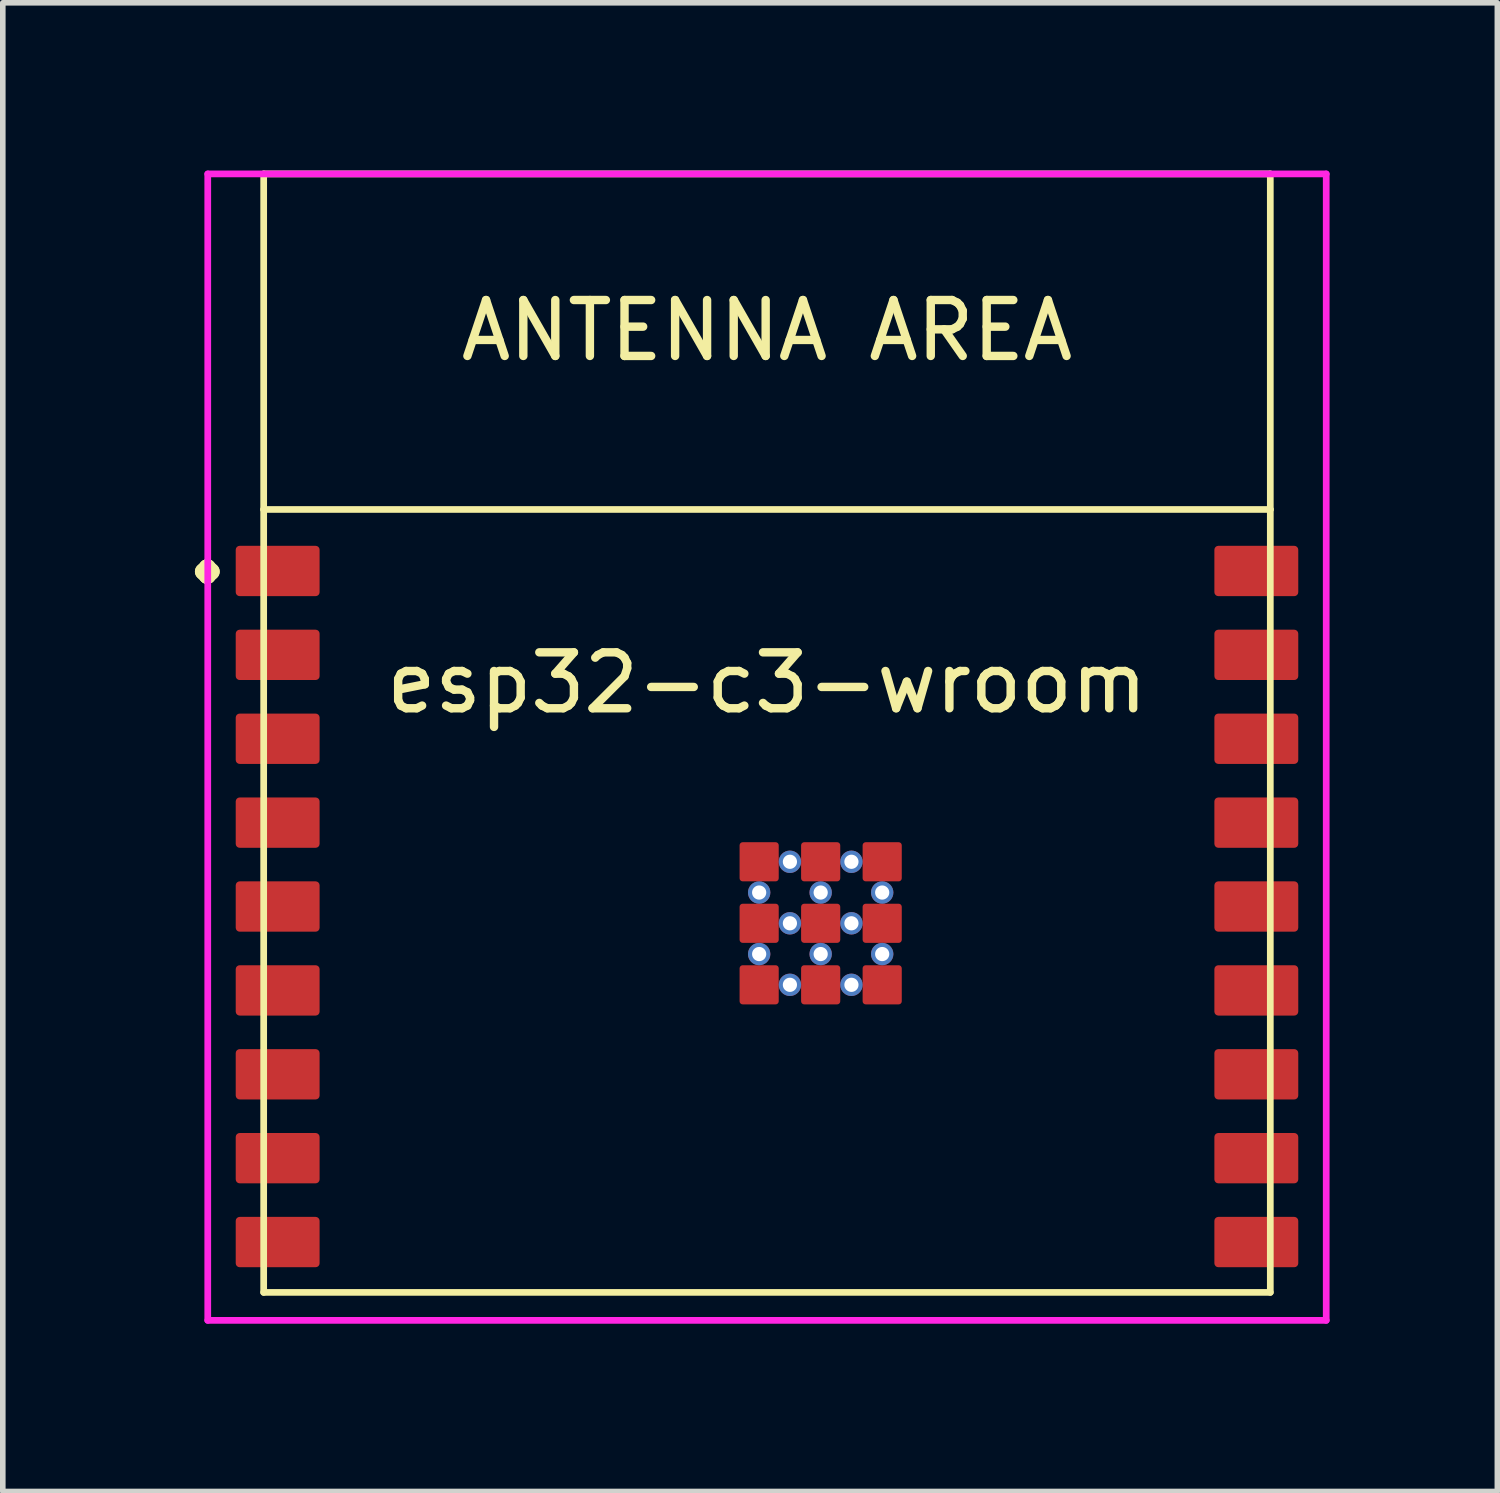
<source format=kicad_pcb>
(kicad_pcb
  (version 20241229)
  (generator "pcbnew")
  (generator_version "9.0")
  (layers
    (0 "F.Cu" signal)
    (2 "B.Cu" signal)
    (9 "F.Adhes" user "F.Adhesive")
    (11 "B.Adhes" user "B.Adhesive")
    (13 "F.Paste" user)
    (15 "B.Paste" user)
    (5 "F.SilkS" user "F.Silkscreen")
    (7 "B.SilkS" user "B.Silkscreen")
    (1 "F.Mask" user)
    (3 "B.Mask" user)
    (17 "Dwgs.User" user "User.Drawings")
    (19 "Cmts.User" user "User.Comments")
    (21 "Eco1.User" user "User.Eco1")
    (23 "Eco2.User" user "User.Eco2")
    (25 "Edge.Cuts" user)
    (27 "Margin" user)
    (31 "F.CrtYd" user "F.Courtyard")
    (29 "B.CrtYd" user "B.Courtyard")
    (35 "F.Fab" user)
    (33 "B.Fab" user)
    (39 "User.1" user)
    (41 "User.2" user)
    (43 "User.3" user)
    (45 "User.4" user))
  (footprint "esp32-c3-wroom"
    (layer "F.Cu")
    (at 10.665 13.16)
    (property "Reference" "esp32-c3-wroom" (at 0 -4 0) (layer "F.SilkS") (effects (font (size 1 1) (thickness 0.15))))
    (attr through_hole)
    (fp_line (start -9 -13.1) (end -9 -7.1) (stroke (width 0.12) (type solid)) (layer "F.SilkS"))
    (fp_line (start -9 -7.1) (end -9 6.9) (stroke (width 0.12) (type solid)) (layer "F.SilkS"))
    (fp_line (start -9 -7.1) (end 9 -7.1) (stroke (width 0.12) (type solid)) (layer "F.SilkS"))
    (fp_line (start -9 6.9) (end 9 6.9) (stroke (width 0.12) (type solid)) (layer "F.SilkS"))
    (fp_line (start 9 -13.1) (end -9 -13.1) (stroke (width 0.12) (type solid)) (layer "F.SilkS"))
    (fp_line (start 9 -7.1) (end 9 -13.1) (stroke (width 0.12) (type solid)) (layer "F.SilkS"))
    (fp_line (start 9 6.9) (end 9 -7.1) (stroke (width 0.12) (type solid)) (layer "F.SilkS"))
    (fp_line (start -10 -13.1) (end 10 -13.1) (stroke (width 0.12) (type solid)) (layer "F.CrtYd"))
    (fp_line (start -10 7.4) (end -10 -13.1) (stroke (width 0.12) (type solid)) (layer "F.CrtYd"))
    (fp_line (start 10 -13.1) (end 10 7.4) (stroke (width 0.12) (type solid)) (layer "F.CrtYd"))
    (fp_line (start 10 7.4) (end -10 7.4) (stroke (width 0.12) (type solid)) (layer "F.CrtYd"))
    (fp_text user "ANTENNA AREA" (at 0 -10.3 0) (layer "F.SilkS") (effects (font (size 1 1) (thickness 0.15))))
    (fp_text user "." (at -10.008 -6.596 0) (layer "F.SilkS") (effects (font (size 1.5 1.5) (thickness 0.3))))
    (pad "4" smd roundrect (at 8.75 -6) (size 1.5 0.9) (layers "F.Cu" "F.Mask" "F.Paste") (roundrect_rratio 0.079))
    (pad "5" smd roundrect (at 8.75 -4.5) (size 1.5 0.9) (layers "F.Cu" "F.Mask" "F.Paste") (roundrect_rratio 0.079))
    (pad "6" thru_hole circle (at 2.06 0.85) (size 0.4 0.4) (drill 0.254) (layers "*.Cu" "*.Mask"))
    (pad "6" smd roundrect (at 8.75 -3) (size 1.5 0.9) (layers "F.Cu" "F.Mask" "F.Paste") (roundrect_rratio 0.079))
    (pad "7" smd roundrect (at -8.75 -4.5) (size 1.5 0.9) (layers "F.Cu" "F.Mask" "F.Paste") (roundrect_rratio 0.079))
    (pad "8" smd roundrect (at 8.75 -1.5) (size 1.5 0.9) (layers "F.Cu" "F.Mask" "F.Paste") (roundrect_rratio 0.079))
    (pad "9" smd roundrect (at -8.75 -3) (size 1.5 0.9) (layers "F.Cu" "F.Mask" "F.Paste") (roundrect_rratio 0.079))
    (pad "10" smd roundrect (at -8.75 -1.5) (size 1.5 0.9) (layers "F.Cu" "F.Mask" "F.Paste") (roundrect_rratio 0.079))
    (pad "12" smd roundrect (at -8.75 0) (size 1.5 0.9) (layers "F.Cu" "F.Mask" "F.Paste") (roundrect_rratio 0.079))
    (pad "13" smd roundrect (at -8.75 1.5) (size 1.5 0.9) (layers "F.Cu" "F.Mask" "F.Paste") (roundrect_rratio 0.079))
    (pad "14" smd roundrect (at -8.75 3) (size 1.5 0.9) (layers "F.Cu" "F.Mask" "F.Paste") (roundrect_rratio 0.079))
    (pad "15" smd roundrect (at -8.75 4.5) (size 1.5 0.9) (layers "F.Cu" "F.Mask" "F.Paste") (roundrect_rratio 0.079))
    (pad "16" smd roundrect (at 8.75 6) (size 1.5 0.9) (layers "F.Cu" "F.Mask" "F.Paste") (roundrect_rratio 0.079))
    (pad "25" smd roundrect (at 8.75 1.5) (size 1.5 0.9) (layers "F.Cu" "F.Mask" "F.Paste") (roundrect_rratio 0.079))
    (pad "26" smd roundrect (at 8.75 0) (size 1.5 0.9) (layers "F.Cu" "F.Mask" "F.Paste") (roundrect_rratio 0.079))
    (pad "27" smd roundrect (at 8.75 4.5) (size 1.5 0.9) (layers "F.Cu" "F.Mask" "F.Paste") (roundrect_rratio 0.079))
    (pad "28" smd roundrect (at 8.75 3) (size 1.5 0.9) (layers "F.Cu" "F.Mask" "F.Paste") (roundrect_rratio 0.079))
    (pad "31" smd roundrect (at -8.75 -6) (size 1.5 0.9) (layers "F.Cu" "F.Mask" "F.Paste") (roundrect_rratio 0.079))
    (pad "33" smd roundrect (at -8.75 6) (size 1.5 0.9) (layers "F.Cu" "F.Mask" "F.Paste") (roundrect_rratio 0.079))
    (pad "33" smd roundrect (at -0.14 -0.8) (size 0.7 0.7) (layers "F.Cu" "F.Mask" "F.Paste") (roundrect_rratio 0.079))
    (pad "33" thru_hole circle (at -0.14 -0.25) (size 0.4 0.4) (drill 0.254) (layers "*.Cu" "*.Mask"))
    (pad "33" smd roundrect (at -0.14 0.3) (size 0.7 0.7) (layers "F.Cu" "F.Mask" "F.Paste") (roundrect_rratio 0.079))
    (pad "33" thru_hole circle (at -0.14 0.85) (size 0.4 0.4) (drill 0.254) (layers "*.Cu" "*.Mask"))
    (pad "33" smd roundrect (at -0.14 1.4) (size 0.7 0.7) (layers "F.Cu" "F.Mask" "F.Paste") (roundrect_rratio 0.079))
    (pad "33" thru_hole circle (at 0.41 -0.8) (size 0.4 0.4) (drill 0.254) (layers "*.Cu" "*.Mask"))
    (pad "33" thru_hole circle (at 0.41 0.3) (size 0.4 0.4) (drill 0.254) (layers "*.Cu" "*.Mask"))
    (pad "33" thru_hole circle (at 0.41 1.4) (size 0.4 0.4) (drill 0.254) (layers "*.Cu" "*.Mask"))
    (pad "33" smd roundrect (at 0.96 -0.8) (size 0.7 0.7) (layers "F.Cu" "F.Mask" "F.Paste") (roundrect_rratio 0.079))
    (pad "33" thru_hole circle (at 0.96 -0.25) (size 0.4 0.4) (drill 0.254) (layers "*.Cu" "*.Mask"))
    (pad "33" smd roundrect (at 0.96 0.3) (size 0.7 0.7) (layers "F.Cu" "F.Mask" "F.Paste") (roundrect_rratio 0.079))
    (pad "33" thru_hole circle (at 0.96 0.85) (size 0.4 0.4) (drill 0.254) (layers "*.Cu" "*.Mask"))
    (pad "33" smd roundrect (at 0.96 1.4) (size 0.7 0.7) (layers "F.Cu" "F.Mask" "F.Paste") (roundrect_rratio 0.079))
    (pad "33" thru_hole circle (at 1.51 -0.8) (size 0.4 0.4) (drill 0.254) (layers "*.Cu" "*.Mask"))
    (pad "33" thru_hole circle (at 1.51 0.3) (size 0.4 0.4) (drill 0.254) (layers "*.Cu" "*.Mask"))
    (pad "33" thru_hole circle (at 1.51 1.4) (size 0.4 0.4) (drill 0.254) (layers "*.Cu" "*.Mask"))
    (pad "33" smd roundrect (at 2.06 -0.8) (size 0.7 0.7) (layers "F.Cu" "F.Mask" "F.Paste") (roundrect_rratio 0.079))
    (pad "33" thru_hole circle (at 2.06 -0.25) (size 0.4 0.4) (drill 0.254) (layers "*.Cu" "*.Mask"))
    (pad "33" smd roundrect (at 2.06 0.3) (size 0.7 0.7) (layers "F.Cu" "F.Mask" "F.Paste") (roundrect_rratio 0.079))
    (pad "33" smd roundrect (at 2.06 1.4) (size 0.7 0.7) (layers "F.Cu" "F.Mask" "F.Paste") (roundrect_rratio 0.079)))
  (gr_rect
    (start -3 -3)
    (end 23.725 23.62)
    (stroke (width 0.1) (type default))
    (fill no)
    (layer "Edge.Cuts")))
</source>
